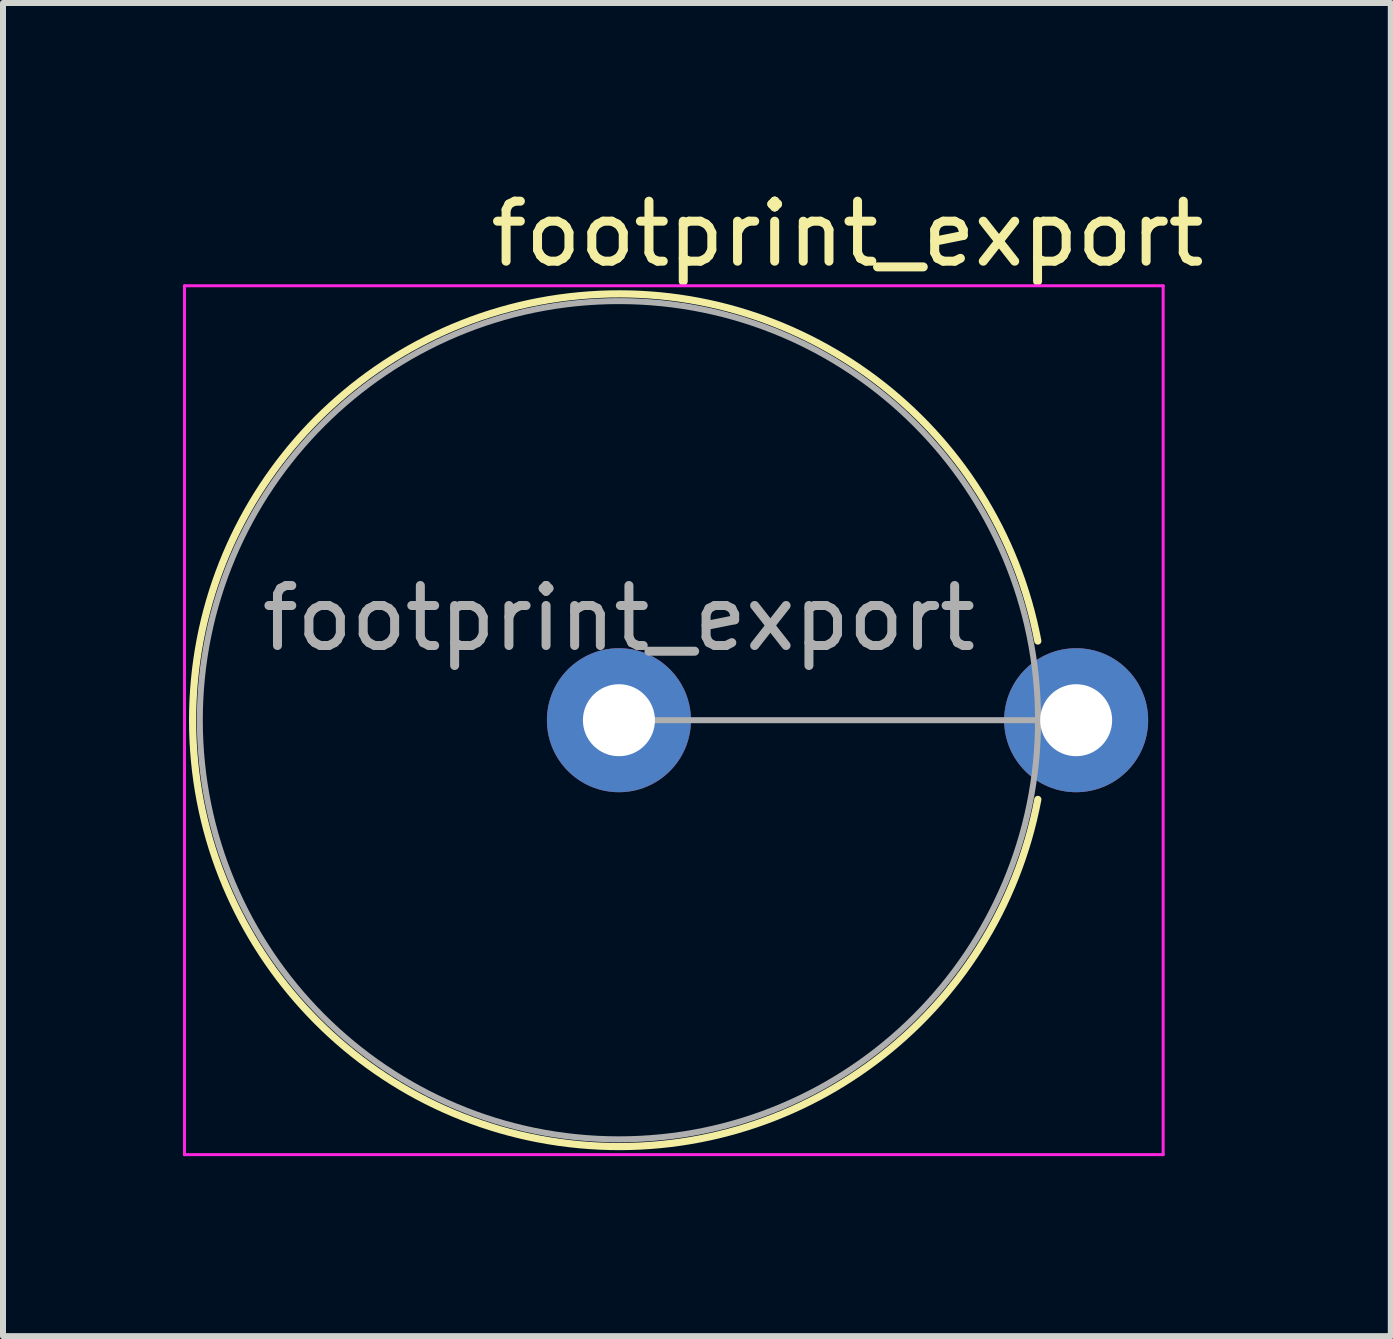
<source format=kicad_pcb>
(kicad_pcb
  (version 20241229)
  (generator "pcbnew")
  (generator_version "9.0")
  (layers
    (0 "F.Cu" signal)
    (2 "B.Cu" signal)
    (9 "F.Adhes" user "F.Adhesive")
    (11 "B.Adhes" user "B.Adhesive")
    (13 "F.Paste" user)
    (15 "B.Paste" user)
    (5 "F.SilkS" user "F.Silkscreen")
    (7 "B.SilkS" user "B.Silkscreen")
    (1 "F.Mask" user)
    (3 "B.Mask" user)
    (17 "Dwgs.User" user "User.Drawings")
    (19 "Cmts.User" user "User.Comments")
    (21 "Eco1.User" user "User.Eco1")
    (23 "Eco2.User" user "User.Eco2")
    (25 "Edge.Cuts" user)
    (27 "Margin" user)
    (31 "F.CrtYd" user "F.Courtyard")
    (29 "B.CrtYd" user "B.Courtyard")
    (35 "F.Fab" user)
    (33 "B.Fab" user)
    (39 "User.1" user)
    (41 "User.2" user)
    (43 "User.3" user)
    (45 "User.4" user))
  (footprint "footprint_export"
    (layer "F.Cu")
    (at 7.265 8.953)
    (property "Reference" "footprint_export" (at 3.81 -8.105 0) (layer "F.SilkS") (effects (font (size 1 1) (thickness 0.15))))
    (attr through_hole)
    (fp_arc (start 6.981305 1.32) (mid -7.105 0) (end 6.981305 -1.32) (stroke (width 0.12) (type solid)) (layer "F.SilkS"))
    (fp_line (start -7.24 -7.24) (end -7.24 7.24) (stroke (width 0.05) (type solid)) (layer "F.CrtYd"))
    (fp_line (start -7.24 7.24) (end 9.07 7.24) (stroke (width 0.05) (type solid)) (layer "F.CrtYd"))
    (fp_line (start 9.07 -7.24) (end -7.24 -7.24) (stroke (width 0.05) (type solid)) (layer "F.CrtYd"))
    (fp_line (start 9.07 7.24) (end 9.07 -7.24) (stroke (width 0.05) (type solid)) (layer "F.CrtYd"))
    (fp_line (start 0 0) (end 7.62 0) (stroke (width 0.1) (type solid)) (layer "F.Fab"))
    (fp_circle (center 0 0) (end 6.985 0) (stroke (width 0.1) (type solid)) (fill no) (layer "F.Fab"))
    (fp_text user "${REFERENCE}" (at 0 -1.7 0) (layer "F.Fab") (effects (font (size 1 1) (thickness 0.15))))
    (pad "1" thru_hole circle (at 0 0) (size 2.4 2.4) (drill 1.2) (layers "*.Cu" "*.Mask"))
    (pad "2" thru_hole oval (at 7.62 0) (size 2.4 2.4) (drill 1.2) (layers "*.Cu" "*.Mask")))
  (gr_rect
    (start -3 -3)
    (end 20.129 19.218)
    (stroke (width 0.1) (type default))
    (fill no)
    (layer "Edge.Cuts")))
</source>
